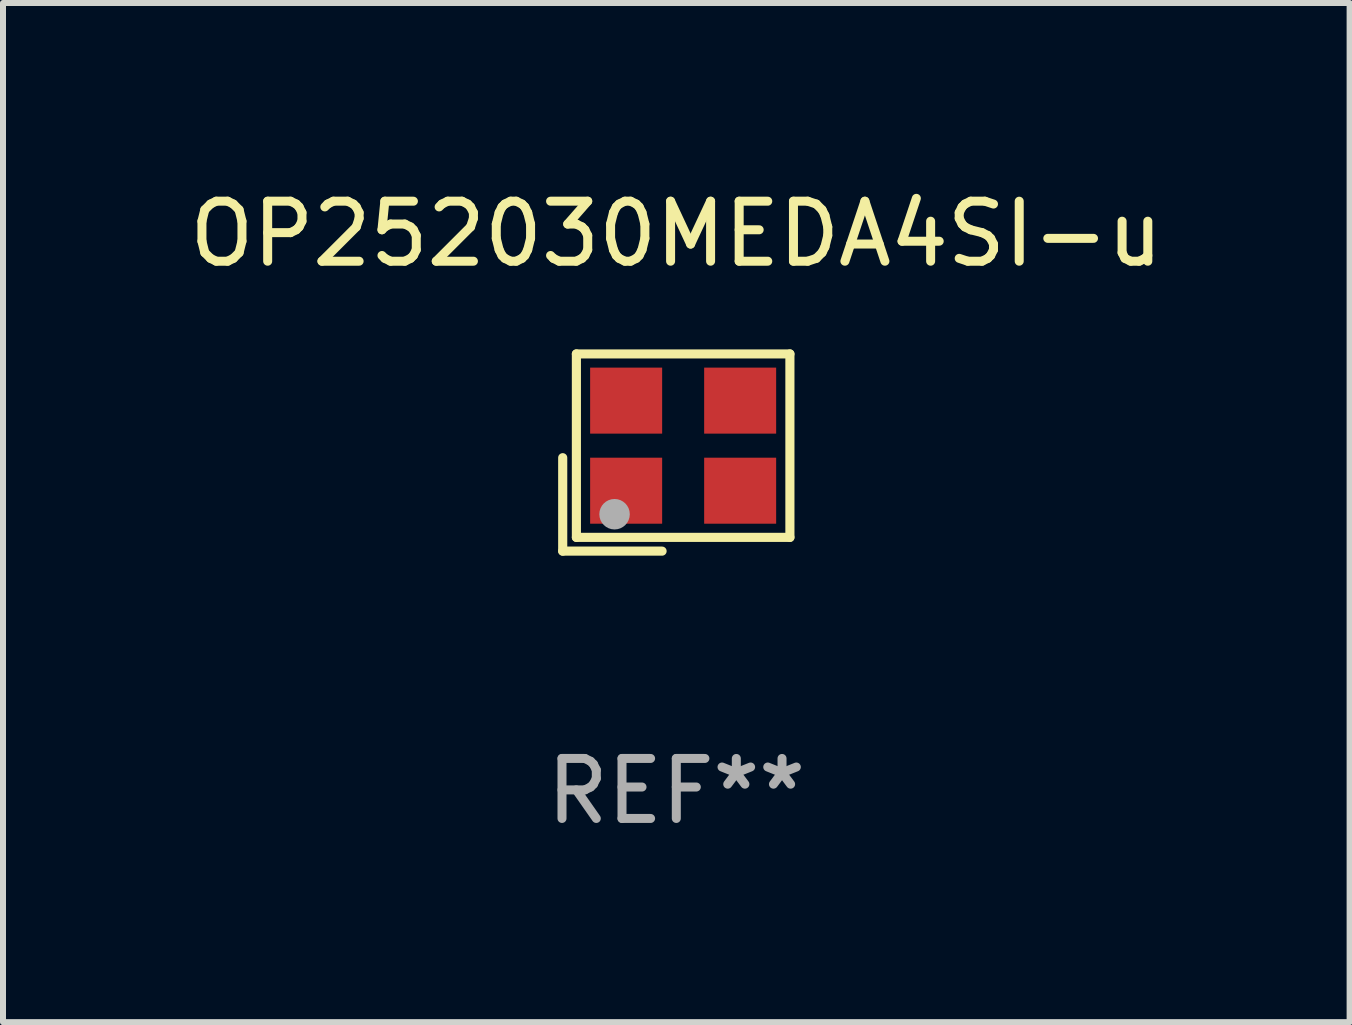
<source format=kicad_pcb>
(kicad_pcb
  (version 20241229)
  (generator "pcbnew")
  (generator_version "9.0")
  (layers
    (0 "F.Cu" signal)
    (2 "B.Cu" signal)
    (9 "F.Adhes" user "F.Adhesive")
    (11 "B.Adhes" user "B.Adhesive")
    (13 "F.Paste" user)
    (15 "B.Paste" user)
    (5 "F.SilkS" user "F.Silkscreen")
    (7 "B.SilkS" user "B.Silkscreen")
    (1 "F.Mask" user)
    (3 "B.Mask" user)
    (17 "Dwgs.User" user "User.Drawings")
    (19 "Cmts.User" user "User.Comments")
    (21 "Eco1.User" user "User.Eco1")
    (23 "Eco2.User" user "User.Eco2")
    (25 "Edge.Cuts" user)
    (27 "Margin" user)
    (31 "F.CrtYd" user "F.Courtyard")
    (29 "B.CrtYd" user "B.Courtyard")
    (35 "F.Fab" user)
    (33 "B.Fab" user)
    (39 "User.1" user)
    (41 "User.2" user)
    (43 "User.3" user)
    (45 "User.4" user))
  (footprint "OP252030MEDA4SI-u"
    (layer "F.Cu")
    (at 8.22 4.491)
    (property "Reference" "OP252030MEDA4SI-u" (at 0 -3.643 0) (layer "F.SilkS") (effects (font (size 1 1) (thickness 0.15))))
    (attr through_hole)
    (fp_line (start -1.893 0.086) (end -1.893 1.643) (stroke (width 0.152) (type solid)) (layer "F.SilkS"))
    (fp_line (start -1.893 1.643) (end -0.237 1.643) (stroke (width 0.152) (type solid)) (layer "F.SilkS"))
    (fp_line (start -1.665 -1.643) (end 1.893 -1.643) (stroke (width 0.152) (type solid)) (layer "F.SilkS"))
    (fp_line (start -1.665 1.414) (end -1.665 -1.643) (stroke (width 0.152) (type solid)) (layer "F.SilkS"))
    (fp_line (start 1.893 -1.643) (end 1.893 1.414) (stroke (width 0.152) (type solid)) (layer "F.SilkS"))
    (fp_line (start 1.893 1.414) (end -1.665 1.414) (stroke (width 0.152) (type solid)) (layer "F.SilkS"))
    (fp_circle (center -1.136 0.885) (end -1.106 0.885) (stroke (width 0.06) (type solid)) (fill no) (layer "F.SilkS"))
    (fp_circle (center -1.029 1.028) (end -0.902 1.028) (stroke (width 0.254) (type solid)) (fill no) (layer "F.Fab"))
    (fp_text user "REF**" (at 0 5.643 0) (layer "F.Fab") (effects (font (size 1 1) (thickness 0.15))))
    (pad "1" smd rect (at -0.836 0.636) (size 1.2 1.1) (layers "F.Cu" "F.Mask" "F.Paste"))
    (pad "2" smd rect (at 1.064 0.636) (size 1.2 1.1) (layers "F.Cu" "F.Mask" "F.Paste"))
    (pad "3" smd rect (at 1.064 -0.865) (size 1.2 1.1) (layers "F.Cu" "F.Mask" "F.Paste"))
    (pad "4" smd rect (at -0.836 -0.865) (size 1.2 1.1) (layers "F.Cu" "F.Mask" "F.Paste")))
  (gr_rect
    (start -3 -3)
    (end 19.44 13.983)
    (stroke (width 0.1) (type default))
    (fill no)
    (layer "Edge.Cuts")))
</source>
